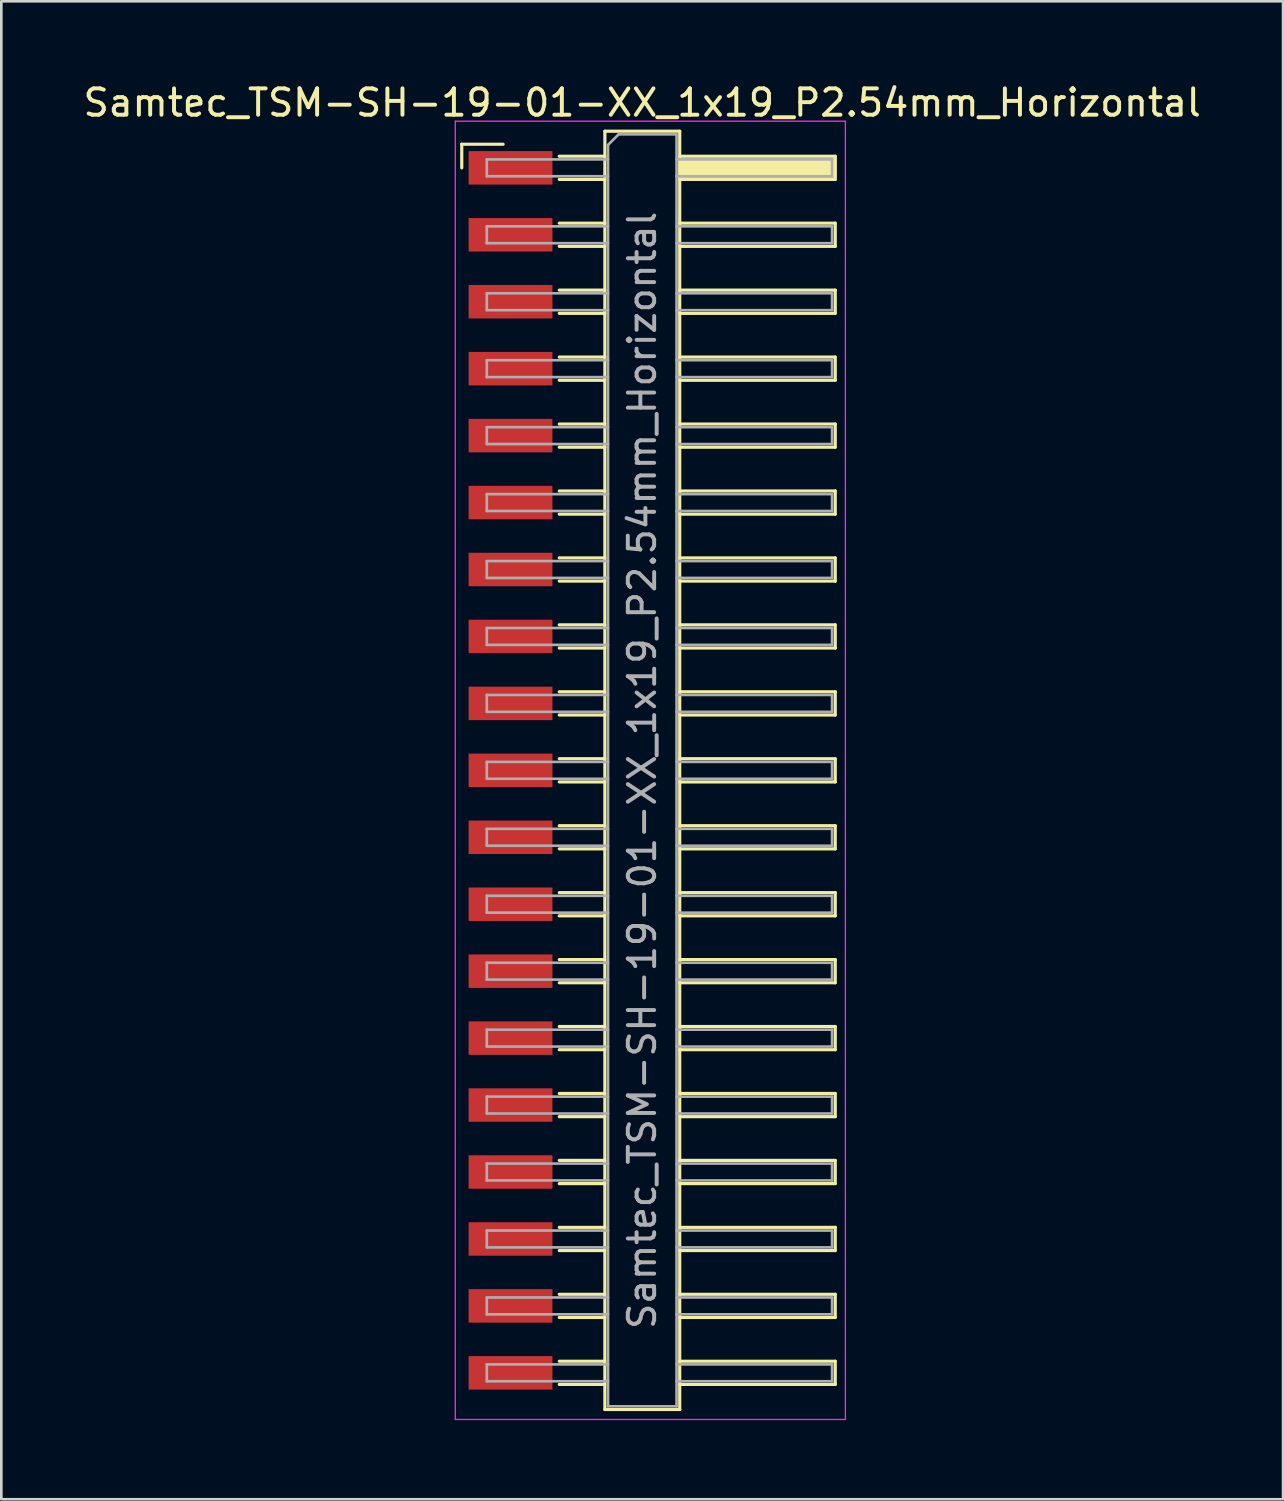
<source format=kicad_pcb>
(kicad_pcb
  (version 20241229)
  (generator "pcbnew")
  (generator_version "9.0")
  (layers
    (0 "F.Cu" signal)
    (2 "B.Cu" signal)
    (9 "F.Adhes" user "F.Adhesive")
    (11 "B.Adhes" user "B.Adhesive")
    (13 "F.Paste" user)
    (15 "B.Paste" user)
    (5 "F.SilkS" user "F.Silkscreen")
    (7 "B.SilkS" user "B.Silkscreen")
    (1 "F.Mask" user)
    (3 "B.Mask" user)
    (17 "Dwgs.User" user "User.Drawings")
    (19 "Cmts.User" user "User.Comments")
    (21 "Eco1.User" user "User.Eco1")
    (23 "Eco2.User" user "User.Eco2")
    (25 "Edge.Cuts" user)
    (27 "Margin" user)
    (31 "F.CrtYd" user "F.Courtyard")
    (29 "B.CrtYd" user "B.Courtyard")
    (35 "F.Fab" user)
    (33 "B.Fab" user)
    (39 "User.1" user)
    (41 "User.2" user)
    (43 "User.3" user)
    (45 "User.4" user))
  (footprint "Samtec_TSM-SH-19-01-XX_1x19_P2.54mm_Horizontal"
    (layer "F.Cu")
    (at 21.505 26.178)
    (property "Reference" "Samtec_TSM-SH-19-01-XX_1x19_P2.54mm_Horizontal" (at -0.19 -25.33 0) (layer "F.SilkS") (effects (font (size 1 1) (thickness 0.15))))
    (attr smd)
    (fp_line (start -7.035 -23.755) (end -5.465 -23.755) (stroke (width 0.12) (type solid)) (layer "F.SilkS"))
    (fp_line (start -7.035 -22.86) (end -7.035 -23.755) (stroke (width 0.12) (type solid)) (layer "F.SilkS"))
    (fp_line (start -3.335 -23.3) (end -1.605 -23.3) (stroke (width 0.12) (type solid)) (layer "F.SilkS"))
    (fp_line (start -3.335 -22.42) (end -1.605 -22.42) (stroke (width 0.12) (type solid)) (layer "F.SilkS"))
    (fp_line (start -3.335 -20.76) (end -1.605 -20.76) (stroke (width 0.12) (type solid)) (layer "F.SilkS"))
    (fp_line (start -3.335 -19.88) (end -1.605 -19.88) (stroke (width 0.12) (type solid)) (layer "F.SilkS"))
    (fp_line (start -3.335 -18.22) (end -1.605 -18.22) (stroke (width 0.12) (type solid)) (layer "F.SilkS"))
    (fp_line (start -3.335 -17.34) (end -1.605 -17.34) (stroke (width 0.12) (type solid)) (layer "F.SilkS"))
    (fp_line (start -3.335 -15.68) (end -1.605 -15.68) (stroke (width 0.12) (type solid)) (layer "F.SilkS"))
    (fp_line (start -3.335 -14.8) (end -1.605 -14.8) (stroke (width 0.12) (type solid)) (layer "F.SilkS"))
    (fp_line (start -3.335 -13.14) (end -1.605 -13.14) (stroke (width 0.12) (type solid)) (layer "F.SilkS"))
    (fp_line (start -3.335 -12.26) (end -1.605 -12.26) (stroke (width 0.12) (type solid)) (layer "F.SilkS"))
    (fp_line (start -3.335 -10.6) (end -1.605 -10.6) (stroke (width 0.12) (type solid)) (layer "F.SilkS"))
    (fp_line (start -3.335 -9.72) (end -1.605 -9.72) (stroke (width 0.12) (type solid)) (layer "F.SilkS"))
    (fp_line (start -3.335 -8.06) (end -1.605 -8.06) (stroke (width 0.12) (type solid)) (layer "F.SilkS"))
    (fp_line (start -3.335 -7.18) (end -1.605 -7.18) (stroke (width 0.12) (type solid)) (layer "F.SilkS"))
    (fp_line (start -3.335 -5.52) (end -1.605 -5.52) (stroke (width 0.12) (type solid)) (layer "F.SilkS"))
    (fp_line (start -3.335 -4.64) (end -1.605 -4.64) (stroke (width 0.12) (type solid)) (layer "F.SilkS"))
    (fp_line (start -3.335 -2.98) (end -1.605 -2.98) (stroke (width 0.12) (type solid)) (layer "F.SilkS"))
    (fp_line (start -3.335 -2.1) (end -1.605 -2.1) (stroke (width 0.12) (type solid)) (layer "F.SilkS"))
    (fp_line (start -3.335 -0.44) (end -1.605 -0.44) (stroke (width 0.12) (type solid)) (layer "F.SilkS"))
    (fp_line (start -3.335 0.44) (end -1.605 0.44) (stroke (width 0.12) (type solid)) (layer "F.SilkS"))
    (fp_line (start -3.335 2.1) (end -1.605 2.1) (stroke (width 0.12) (type solid)) (layer "F.SilkS"))
    (fp_line (start -3.335 2.98) (end -1.605 2.98) (stroke (width 0.12) (type solid)) (layer "F.SilkS"))
    (fp_line (start -3.335 4.64) (end -1.605 4.64) (stroke (width 0.12) (type solid)) (layer "F.SilkS"))
    (fp_line (start -3.335 5.52) (end -1.605 5.52) (stroke (width 0.12) (type solid)) (layer "F.SilkS"))
    (fp_line (start -3.335 7.18) (end -1.605 7.18) (stroke (width 0.12) (type solid)) (layer "F.SilkS"))
    (fp_line (start -3.335 8.06) (end -1.605 8.06) (stroke (width 0.12) (type solid)) (layer "F.SilkS"))
    (fp_line (start -3.335 9.72) (end -1.605 9.72) (stroke (width 0.12) (type solid)) (layer "F.SilkS"))
    (fp_line (start -3.335 10.6) (end -1.605 10.6) (stroke (width 0.12) (type solid)) (layer "F.SilkS"))
    (fp_line (start -3.335 12.26) (end -1.605 12.26) (stroke (width 0.12) (type solid)) (layer "F.SilkS"))
    (fp_line (start -3.335 13.14) (end -1.605 13.14) (stroke (width 0.12) (type solid)) (layer "F.SilkS"))
    (fp_line (start -3.335 14.8) (end -1.605 14.8) (stroke (width 0.12) (type solid)) (layer "F.SilkS"))
    (fp_line (start -3.335 15.68) (end -1.605 15.68) (stroke (width 0.12) (type solid)) (layer "F.SilkS"))
    (fp_line (start -3.335 17.34) (end -1.605 17.34) (stroke (width 0.12) (type solid)) (layer "F.SilkS"))
    (fp_line (start -3.335 18.22) (end -1.605 18.22) (stroke (width 0.12) (type solid)) (layer "F.SilkS"))
    (fp_line (start -3.335 19.88) (end -1.605 19.88) (stroke (width 0.12) (type solid)) (layer "F.SilkS"))
    (fp_line (start -3.335 20.76) (end -1.605 20.76) (stroke (width 0.12) (type solid)) (layer "F.SilkS"))
    (fp_line (start -3.335 22.42) (end -1.605 22.42) (stroke (width 0.12) (type solid)) (layer "F.SilkS"))
    (fp_line (start -3.335 23.3) (end -1.605 23.3) (stroke (width 0.12) (type solid)) (layer "F.SilkS"))
    (fp_line (start -1.605 -24.25) (end 1.235 -24.25) (stroke (width 0.12) (type solid)) (layer "F.SilkS"))
    (fp_line (start -1.605 24.25) (end -1.605 -24.25) (stroke (width 0.12) (type solid)) (layer "F.SilkS"))
    (fp_line (start 1.235 -24.25) (end 1.235 24.25) (stroke (width 0.12) (type solid)) (layer "F.SilkS"))
    (fp_line (start 1.235 -23.3) (end 7.135 -23.3) (stroke (width 0.12) (type solid)) (layer "F.SilkS"))
    (fp_line (start 1.235 -20.76) (end 7.135 -20.76) (stroke (width 0.12) (type solid)) (layer "F.SilkS"))
    (fp_line (start 1.235 -18.22) (end 7.135 -18.22) (stroke (width 0.12) (type solid)) (layer "F.SilkS"))
    (fp_line (start 1.235 -15.68) (end 7.135 -15.68) (stroke (width 0.12) (type solid)) (layer "F.SilkS"))
    (fp_line (start 1.235 -13.14) (end 7.135 -13.14) (stroke (width 0.12) (type solid)) (layer "F.SilkS"))
    (fp_line (start 1.235 -10.6) (end 7.135 -10.6) (stroke (width 0.12) (type solid)) (layer "F.SilkS"))
    (fp_line (start 1.235 -8.06) (end 7.135 -8.06) (stroke (width 0.12) (type solid)) (layer "F.SilkS"))
    (fp_line (start 1.235 -5.52) (end 7.135 -5.52) (stroke (width 0.12) (type solid)) (layer "F.SilkS"))
    (fp_line (start 1.235 -2.98) (end 7.135 -2.98) (stroke (width 0.12) (type solid)) (layer "F.SilkS"))
    (fp_line (start 1.235 -0.44) (end 7.135 -0.44) (stroke (width 0.12) (type solid)) (layer "F.SilkS"))
    (fp_line (start 1.235 2.1) (end 7.135 2.1) (stroke (width 0.12) (type solid)) (layer "F.SilkS"))
    (fp_line (start 1.235 4.64) (end 7.135 4.64) (stroke (width 0.12) (type solid)) (layer "F.SilkS"))
    (fp_line (start 1.235 7.18) (end 7.135 7.18) (stroke (width 0.12) (type solid)) (layer "F.SilkS"))
    (fp_line (start 1.235 9.72) (end 7.135 9.72) (stroke (width 0.12) (type solid)) (layer "F.SilkS"))
    (fp_line (start 1.235 12.26) (end 7.135 12.26) (stroke (width 0.12) (type solid)) (layer "F.SilkS"))
    (fp_line (start 1.235 14.8) (end 7.135 14.8) (stroke (width 0.12) (type solid)) (layer "F.SilkS"))
    (fp_line (start 1.235 17.34) (end 7.135 17.34) (stroke (width 0.12) (type solid)) (layer "F.SilkS"))
    (fp_line (start 1.235 19.88) (end 7.135 19.88) (stroke (width 0.12) (type solid)) (layer "F.SilkS"))
    (fp_line (start 1.235 22.42) (end 7.135 22.42) (stroke (width 0.12) (type solid)) (layer "F.SilkS"))
    (fp_line (start 1.235 24.25) (end -1.605 24.25) (stroke (width 0.12) (type solid)) (layer "F.SilkS"))
    (fp_line (start 7.135 -23.3) (end 7.135 -22.42) (stroke (width 0.12) (type solid)) (layer "F.SilkS"))
    (fp_line (start 7.135 -22.42) (end 1.235 -22.42) (stroke (width 0.12) (type solid)) (layer "F.SilkS"))
    (fp_line (start 7.135 -20.76) (end 7.135 -19.88) (stroke (width 0.12) (type solid)) (layer "F.SilkS"))
    (fp_line (start 7.135 -19.88) (end 1.235 -19.88) (stroke (width 0.12) (type solid)) (layer "F.SilkS"))
    (fp_line (start 7.135 -18.22) (end 7.135 -17.34) (stroke (width 0.12) (type solid)) (layer "F.SilkS"))
    (fp_line (start 7.135 -17.34) (end 1.235 -17.34) (stroke (width 0.12) (type solid)) (layer "F.SilkS"))
    (fp_line (start 7.135 -15.68) (end 7.135 -14.8) (stroke (width 0.12) (type solid)) (layer "F.SilkS"))
    (fp_line (start 7.135 -14.8) (end 1.235 -14.8) (stroke (width 0.12) (type solid)) (layer "F.SilkS"))
    (fp_line (start 7.135 -13.14) (end 7.135 -12.26) (stroke (width 0.12) (type solid)) (layer "F.SilkS"))
    (fp_line (start 7.135 -12.26) (end 1.235 -12.26) (stroke (width 0.12) (type solid)) (layer "F.SilkS"))
    (fp_line (start 7.135 -10.6) (end 7.135 -9.72) (stroke (width 0.12) (type solid)) (layer "F.SilkS"))
    (fp_line (start 7.135 -9.72) (end 1.235 -9.72) (stroke (width 0.12) (type solid)) (layer "F.SilkS"))
    (fp_line (start 7.135 -8.06) (end 7.135 -7.18) (stroke (width 0.12) (type solid)) (layer "F.SilkS"))
    (fp_line (start 7.135 -7.18) (end 1.235 -7.18) (stroke (width 0.12) (type solid)) (layer "F.SilkS"))
    (fp_line (start 7.135 -5.52) (end 7.135 -4.64) (stroke (width 0.12) (type solid)) (layer "F.SilkS"))
    (fp_line (start 7.135 -4.64) (end 1.235 -4.64) (stroke (width 0.12) (type solid)) (layer "F.SilkS"))
    (fp_line (start 7.135 -2.98) (end 7.135 -2.1) (stroke (width 0.12) (type solid)) (layer "F.SilkS"))
    (fp_line (start 7.135 -2.1) (end 1.235 -2.1) (stroke (width 0.12) (type solid)) (layer "F.SilkS"))
    (fp_line (start 7.135 -0.44) (end 7.135 0.44) (stroke (width 0.12) (type solid)) (layer "F.SilkS"))
    (fp_line (start 7.135 0.44) (end 1.235 0.44) (stroke (width 0.12) (type solid)) (layer "F.SilkS"))
    (fp_line (start 7.135 2.1) (end 7.135 2.98) (stroke (width 0.12) (type solid)) (layer "F.SilkS"))
    (fp_line (start 7.135 2.98) (end 1.235 2.98) (stroke (width 0.12) (type solid)) (layer "F.SilkS"))
    (fp_line (start 7.135 4.64) (end 7.135 5.52) (stroke (width 0.12) (type solid)) (layer "F.SilkS"))
    (fp_line (start 7.135 5.52) (end 1.235 5.52) (stroke (width 0.12) (type solid)) (layer "F.SilkS"))
    (fp_line (start 7.135 7.18) (end 7.135 8.06) (stroke (width 0.12) (type solid)) (layer "F.SilkS"))
    (fp_line (start 7.135 8.06) (end 1.235 8.06) (stroke (width 0.12) (type solid)) (layer "F.SilkS"))
    (fp_line (start 7.135 9.72) (end 7.135 10.6) (stroke (width 0.12) (type solid)) (layer "F.SilkS"))
    (fp_line (start 7.135 10.6) (end 1.235 10.6) (stroke (width 0.12) (type solid)) (layer "F.SilkS"))
    (fp_line (start 7.135 12.26) (end 7.135 13.14) (stroke (width 0.12) (type solid)) (layer "F.SilkS"))
    (fp_line (start 7.135 13.14) (end 1.235 13.14) (stroke (width 0.12) (type solid)) (layer "F.SilkS"))
    (fp_line (start 7.135 14.8) (end 7.135 15.68) (stroke (width 0.12) (type solid)) (layer "F.SilkS"))
    (fp_line (start 7.135 15.68) (end 1.235 15.68) (stroke (width 0.12) (type solid)) (layer "F.SilkS"))
    (fp_line (start 7.135 17.34) (end 7.135 18.22) (stroke (width 0.12) (type solid)) (layer "F.SilkS"))
    (fp_line (start 7.135 18.22) (end 1.235 18.22) (stroke (width 0.12) (type solid)) (layer "F.SilkS"))
    (fp_line (start 7.135 19.88) (end 7.135 20.76) (stroke (width 0.12) (type solid)) (layer "F.SilkS"))
    (fp_line (start 7.135 20.76) (end 1.235 20.76) (stroke (width 0.12) (type solid)) (layer "F.SilkS"))
    (fp_line (start 7.135 22.42) (end 7.135 23.3) (stroke (width 0.12) (type solid)) (layer "F.SilkS"))
    (fp_line (start 7.135 23.3) (end 1.235 23.3) (stroke (width 0.12) (type solid)) (layer "F.SilkS"))
    (fp_line (start -7.28 -24.63) (end 7.52 -24.63) (stroke (width 0.05) (type solid)) (layer "F.CrtYd"))
    (fp_line (start -7.28 24.63) (end -7.28 -24.63) (stroke (width 0.05) (type solid)) (layer "F.CrtYd"))
    (fp_line (start 7.52 -24.63) (end 7.52 24.63) (stroke (width 0.05) (type solid)) (layer "F.CrtYd"))
    (fp_line (start 7.52 24.63) (end -7.28 24.63) (stroke (width 0.05) (type solid)) (layer "F.CrtYd"))
    (fp_line (start -6.085 -23.18) (end -6.085 -22.54) (stroke (width 0.1) (type solid)) (layer "F.Fab"))
    (fp_line (start -6.085 -22.54) (end -1.485 -22.54) (stroke (width 0.1) (type solid)) (layer "F.Fab"))
    (fp_line (start -6.085 -20.64) (end -6.085 -20) (stroke (width 0.1) (type solid)) (layer "F.Fab"))
    (fp_line (start -6.085 -20) (end -1.485 -20) (stroke (width 0.1) (type solid)) (layer "F.Fab"))
    (fp_line (start -6.085 -18.1) (end -6.085 -17.46) (stroke (width 0.1) (type solid)) (layer "F.Fab"))
    (fp_line (start -6.085 -17.46) (end -1.485 -17.46) (stroke (width 0.1) (type solid)) (layer "F.Fab"))
    (fp_line (start -6.085 -15.56) (end -6.085 -14.92) (stroke (width 0.1) (type solid)) (layer "F.Fab"))
    (fp_line (start -6.085 -14.92) (end -1.485 -14.92) (stroke (width 0.1) (type solid)) (layer "F.Fab"))
    (fp_line (start -6.085 -13.02) (end -6.085 -12.38) (stroke (width 0.1) (type solid)) (layer "F.Fab"))
    (fp_line (start -6.085 -12.38) (end -1.485 -12.38) (stroke (width 0.1) (type solid)) (layer "F.Fab"))
    (fp_line (start -6.085 -10.48) (end -6.085 -9.84) (stroke (width 0.1) (type solid)) (layer "F.Fab"))
    (fp_line (start -6.085 -9.84) (end -1.485 -9.84) (stroke (width 0.1) (type solid)) (layer "F.Fab"))
    (fp_line (start -6.085 -7.94) (end -6.085 -7.3) (stroke (width 0.1) (type solid)) (layer "F.Fab"))
    (fp_line (start -6.085 -7.3) (end -1.485 -7.3) (stroke (width 0.1) (type solid)) (layer "F.Fab"))
    (fp_line (start -6.085 -5.4) (end -6.085 -4.76) (stroke (width 0.1) (type solid)) (layer "F.Fab"))
    (fp_line (start -6.085 -4.76) (end -1.485 -4.76) (stroke (width 0.1) (type solid)) (layer "F.Fab"))
    (fp_line (start -6.085 -2.86) (end -6.085 -2.22) (stroke (width 0.1) (type solid)) (layer "F.Fab"))
    (fp_line (start -6.085 -2.22) (end -1.485 -2.22) (stroke (width 0.1) (type solid)) (layer "F.Fab"))
    (fp_line (start -6.085 -0.32) (end -6.085 0.32) (stroke (width 0.1) (type solid)) (layer "F.Fab"))
    (fp_line (start -6.085 0.32) (end -1.485 0.32) (stroke (width 0.1) (type solid)) (layer "F.Fab"))
    (fp_line (start -6.085 2.22) (end -6.085 2.86) (stroke (width 0.1) (type solid)) (layer "F.Fab"))
    (fp_line (start -6.085 2.86) (end -1.485 2.86) (stroke (width 0.1) (type solid)) (layer "F.Fab"))
    (fp_line (start -6.085 4.76) (end -6.085 5.4) (stroke (width 0.1) (type solid)) (layer "F.Fab"))
    (fp_line (start -6.085 5.4) (end -1.485 5.4) (stroke (width 0.1) (type solid)) (layer "F.Fab"))
    (fp_line (start -6.085 7.3) (end -6.085 7.94) (stroke (width 0.1) (type solid)) (layer "F.Fab"))
    (fp_line (start -6.085 7.94) (end -1.485 7.94) (stroke (width 0.1) (type solid)) (layer "F.Fab"))
    (fp_line (start -6.085 9.84) (end -6.085 10.48) (stroke (width 0.1) (type solid)) (layer "F.Fab"))
    (fp_line (start -6.085 10.48) (end -1.485 10.48) (stroke (width 0.1) (type solid)) (layer "F.Fab"))
    (fp_line (start -6.085 12.38) (end -6.085 13.02) (stroke (width 0.1) (type solid)) (layer "F.Fab"))
    (fp_line (start -6.085 13.02) (end -1.485 13.02) (stroke (width 0.1) (type solid)) (layer "F.Fab"))
    (fp_line (start -6.085 14.92) (end -6.085 15.56) (stroke (width 0.1) (type solid)) (layer "F.Fab"))
    (fp_line (start -6.085 15.56) (end -1.485 15.56) (stroke (width 0.1) (type solid)) (layer "F.Fab"))
    (fp_line (start -6.085 17.46) (end -6.085 18.1) (stroke (width 0.1) (type solid)) (layer "F.Fab"))
    (fp_line (start -6.085 18.1) (end -1.485 18.1) (stroke (width 0.1) (type solid)) (layer "F.Fab"))
    (fp_line (start -6.085 20) (end -6.085 20.64) (stroke (width 0.1) (type solid)) (layer "F.Fab"))
    (fp_line (start -6.085 20.64) (end -1.485 20.64) (stroke (width 0.1) (type solid)) (layer "F.Fab"))
    (fp_line (start -6.085 22.54) (end -6.085 23.18) (stroke (width 0.1) (type solid)) (layer "F.Fab"))
    (fp_line (start -6.085 23.18) (end -1.485 23.18) (stroke (width 0.1) (type solid)) (layer "F.Fab"))
    (fp_line (start -1.485 -23.73) (end -1.085 -24.13) (stroke (width 0.1) (type solid)) (layer "F.Fab"))
    (fp_line (start -1.485 -23.18) (end -6.085 -23.18) (stroke (width 0.1) (type solid)) (layer "F.Fab"))
    (fp_line (start -1.485 -20.64) (end -6.085 -20.64) (stroke (width 0.1) (type solid)) (layer "F.Fab"))
    (fp_line (start -1.485 -18.1) (end -6.085 -18.1) (stroke (width 0.1) (type solid)) (layer "F.Fab"))
    (fp_line (start -1.485 -15.56) (end -6.085 -15.56) (stroke (width 0.1) (type solid)) (layer "F.Fab"))
    (fp_line (start -1.485 -13.02) (end -6.085 -13.02) (stroke (width 0.1) (type solid)) (layer "F.Fab"))
    (fp_line (start -1.485 -10.48) (end -6.085 -10.48) (stroke (width 0.1) (type solid)) (layer "F.Fab"))
    (fp_line (start -1.485 -7.94) (end -6.085 -7.94) (stroke (width 0.1) (type solid)) (layer "F.Fab"))
    (fp_line (start -1.485 -5.4) (end -6.085 -5.4) (stroke (width 0.1) (type solid)) (layer "F.Fab"))
    (fp_line (start -1.485 -2.86) (end -6.085 -2.86) (stroke (width 0.1) (type solid)) (layer "F.Fab"))
    (fp_line (start -1.485 -0.32) (end -6.085 -0.32) (stroke (width 0.1) (type solid)) (layer "F.Fab"))
    (fp_line (start -1.485 2.22) (end -6.085 2.22) (stroke (width 0.1) (type solid)) (layer "F.Fab"))
    (fp_line (start -1.485 4.76) (end -6.085 4.76) (stroke (width 0.1) (type solid)) (layer "F.Fab"))
    (fp_line (start -1.485 7.3) (end -6.085 7.3) (stroke (width 0.1) (type solid)) (layer "F.Fab"))
    (fp_line (start -1.485 9.84) (end -6.085 9.84) (stroke (width 0.1) (type solid)) (layer "F.Fab"))
    (fp_line (start -1.485 12.38) (end -6.085 12.38) (stroke (width 0.1) (type solid)) (layer "F.Fab"))
    (fp_line (start -1.485 14.92) (end -6.085 14.92) (stroke (width 0.1) (type solid)) (layer "F.Fab"))
    (fp_line (start -1.485 17.46) (end -6.085 17.46) (stroke (width 0.1) (type solid)) (layer "F.Fab"))
    (fp_line (start -1.485 20) (end -6.085 20) (stroke (width 0.1) (type solid)) (layer "F.Fab"))
    (fp_line (start -1.485 22.54) (end -6.085 22.54) (stroke (width 0.1) (type solid)) (layer "F.Fab"))
    (fp_line (start -1.485 24.13) (end -1.485 -23.73) (stroke (width 0.1) (type solid)) (layer "F.Fab"))
    (fp_line (start -1.085 -24.13) (end 1.115 -24.13) (stroke (width 0.1) (type solid)) (layer "F.Fab"))
    (fp_line (start 1.115 -24.13) (end 1.115 24.13) (stroke (width 0.1) (type solid)) (layer "F.Fab"))
    (fp_line (start 1.115 -23.18) (end 7.015 -23.18) (stroke (width 0.1) (type solid)) (layer "F.Fab"))
    (fp_line (start 1.115 -20.64) (end 7.015 -20.64) (stroke (width 0.1) (type solid)) (layer "F.Fab"))
    (fp_line (start 1.115 -18.1) (end 7.015 -18.1) (stroke (width 0.1) (type solid)) (layer "F.Fab"))
    (fp_line (start 1.115 -15.56) (end 7.015 -15.56) (stroke (width 0.1) (type solid)) (layer "F.Fab"))
    (fp_line (start 1.115 -13.02) (end 7.015 -13.02) (stroke (width 0.1) (type solid)) (layer "F.Fab"))
    (fp_line (start 1.115 -10.48) (end 7.015 -10.48) (stroke (width 0.1) (type solid)) (layer "F.Fab"))
    (fp_line (start 1.115 -7.94) (end 7.015 -7.94) (stroke (width 0.1) (type solid)) (layer "F.Fab"))
    (fp_line (start 1.115 -5.4) (end 7.015 -5.4) (stroke (width 0.1) (type solid)) (layer "F.Fab"))
    (fp_line (start 1.115 -2.86) (end 7.015 -2.86) (stroke (width 0.1) (type solid)) (layer "F.Fab"))
    (fp_line (start 1.115 -0.32) (end 7.015 -0.32) (stroke (width 0.1) (type solid)) (layer "F.Fab"))
    (fp_line (start 1.115 2.22) (end 7.015 2.22) (stroke (width 0.1) (type solid)) (layer "F.Fab"))
    (fp_line (start 1.115 4.76) (end 7.015 4.76) (stroke (width 0.1) (type solid)) (layer "F.Fab"))
    (fp_line (start 1.115 7.3) (end 7.015 7.3) (stroke (width 0.1) (type solid)) (layer "F.Fab"))
    (fp_line (start 1.115 9.84) (end 7.015 9.84) (stroke (width 0.1) (type solid)) (layer "F.Fab"))
    (fp_line (start 1.115 12.38) (end 7.015 12.38) (stroke (width 0.1) (type solid)) (layer "F.Fab"))
    (fp_line (start 1.115 14.92) (end 7.015 14.92) (stroke (width 0.1) (type solid)) (layer "F.Fab"))
    (fp_line (start 1.115 17.46) (end 7.015 17.46) (stroke (width 0.1) (type solid)) (layer "F.Fab"))
    (fp_line (start 1.115 20) (end 7.015 20) (stroke (width 0.1) (type solid)) (layer "F.Fab"))
    (fp_line (start 1.115 22.54) (end 7.015 22.54) (stroke (width 0.1) (type solid)) (layer "F.Fab"))
    (fp_line (start 1.115 24.13) (end -1.485 24.13) (stroke (width 0.1) (type solid)) (layer "F.Fab"))
    (fp_line (start 7.015 -23.18) (end 7.015 -22.54) (stroke (width 0.1) (type solid)) (layer "F.Fab"))
    (fp_line (start 7.015 -22.54) (end 1.115 -22.54) (stroke (width 0.1) (type solid)) (layer "F.Fab"))
    (fp_line (start 7.015 -20.64) (end 7.015 -20) (stroke (width 0.1) (type solid)) (layer "F.Fab"))
    (fp_line (start 7.015 -20) (end 1.115 -20) (stroke (width 0.1) (type solid)) (layer "F.Fab"))
    (fp_line (start 7.015 -18.1) (end 7.015 -17.46) (stroke (width 0.1) (type solid)) (layer "F.Fab"))
    (fp_line (start 7.015 -17.46) (end 1.115 -17.46) (stroke (width 0.1) (type solid)) (layer "F.Fab"))
    (fp_line (start 7.015 -15.56) (end 7.015 -14.92) (stroke (width 0.1) (type solid)) (layer "F.Fab"))
    (fp_line (start 7.015 -14.92) (end 1.115 -14.92) (stroke (width 0.1) (type solid)) (layer "F.Fab"))
    (fp_line (start 7.015 -13.02) (end 7.015 -12.38) (stroke (width 0.1) (type solid)) (layer "F.Fab"))
    (fp_line (start 7.015 -12.38) (end 1.115 -12.38) (stroke (width 0.1) (type solid)) (layer "F.Fab"))
    (fp_line (start 7.015 -10.48) (end 7.015 -9.84) (stroke (width 0.1) (type solid)) (layer "F.Fab"))
    (fp_line (start 7.015 -9.84) (end 1.115 -9.84) (stroke (width 0.1) (type solid)) (layer "F.Fab"))
    (fp_line (start 7.015 -7.94) (end 7.015 -7.3) (stroke (width 0.1) (type solid)) (layer "F.Fab"))
    (fp_line (start 7.015 -7.3) (end 1.115 -7.3) (stroke (width 0.1) (type solid)) (layer "F.Fab"))
    (fp_line (start 7.015 -5.4) (end 7.015 -4.76) (stroke (width 0.1) (type solid)) (layer "F.Fab"))
    (fp_line (start 7.015 -4.76) (end 1.115 -4.76) (stroke (width 0.1) (type solid)) (layer "F.Fab"))
    (fp_line (start 7.015 -2.86) (end 7.015 -2.22) (stroke (width 0.1) (type solid)) (layer "F.Fab"))
    (fp_line (start 7.015 -2.22) (end 1.115 -2.22) (stroke (width 0.1) (type solid)) (layer "F.Fab"))
    (fp_line (start 7.015 -0.32) (end 7.015 0.32) (stroke (width 0.1) (type solid)) (layer "F.Fab"))
    (fp_line (start 7.015 0.32) (end 1.115 0.32) (stroke (width 0.1) (type solid)) (layer "F.Fab"))
    (fp_line (start 7.015 2.22) (end 7.015 2.86) (stroke (width 0.1) (type solid)) (layer "F.Fab"))
    (fp_line (start 7.015 2.86) (end 1.115 2.86) (stroke (width 0.1) (type solid)) (layer "F.Fab"))
    (fp_line (start 7.015 4.76) (end 7.015 5.4) (stroke (width 0.1) (type solid)) (layer "F.Fab"))
    (fp_line (start 7.015 5.4) (end 1.115 5.4) (stroke (width 0.1) (type solid)) (layer "F.Fab"))
    (fp_line (start 7.015 7.3) (end 7.015 7.94) (stroke (width 0.1) (type solid)) (layer "F.Fab"))
    (fp_line (start 7.015 7.94) (end 1.115 7.94) (stroke (width 0.1) (type solid)) (layer "F.Fab"))
    (fp_line (start 7.015 9.84) (end 7.015 10.48) (stroke (width 0.1) (type solid)) (layer "F.Fab"))
    (fp_line (start 7.015 10.48) (end 1.115 10.48) (stroke (width 0.1) (type solid)) (layer "F.Fab"))
    (fp_line (start 7.015 12.38) (end 7.015 13.02) (stroke (width 0.1) (type solid)) (layer "F.Fab"))
    (fp_line (start 7.015 13.02) (end 1.115 13.02) (stroke (width 0.1) (type solid)) (layer "F.Fab"))
    (fp_line (start 7.015 14.92) (end 7.015 15.56) (stroke (width 0.1) (type solid)) (layer "F.Fab"))
    (fp_line (start 7.015 15.56) (end 1.115 15.56) (stroke (width 0.1) (type solid)) (layer "F.Fab"))
    (fp_line (start 7.015 17.46) (end 7.015 18.1) (stroke (width 0.1) (type solid)) (layer "F.Fab"))
    (fp_line (start 7.015 18.1) (end 1.115 18.1) (stroke (width 0.1) (type solid)) (layer "F.Fab"))
    (fp_line (start 7.015 20) (end 7.015 20.64) (stroke (width 0.1) (type solid)) (layer "F.Fab"))
    (fp_line (start 7.015 20.64) (end 1.115 20.64) (stroke (width 0.1) (type solid)) (layer "F.Fab"))
    (fp_line (start 7.015 22.54) (end 7.015 23.18) (stroke (width 0.1) (type solid)) (layer "F.Fab"))
    (fp_line (start 7.015 23.18) (end 1.115 23.18) (stroke (width 0.1) (type solid)) (layer "F.Fab"))
    (fp_text user "${REFERENCE}" (at -0.19 0 90) (layer "F.Fab") (effects (font (size 1 1) (thickness 0.15))))
    (pad "" smd rect (at 4.185 -22.86) (size 6 0.76) (layers "F.SilkS"))
    (pad "1" smd rect (at -5.185 -22.86) (size 3.18 1.27) (layers "F.Cu" "F.Mask" "F.Paste"))
    (pad "2" smd rect (at -5.185 -20.32) (size 3.18 1.27) (layers "F.Cu" "F.Mask" "F.Paste"))
    (pad "3" smd rect (at -5.185 -17.78) (size 3.18 1.27) (layers "F.Cu" "F.Mask" "F.Paste"))
    (pad "4" smd rect (at -5.185 -15.24) (size 3.18 1.27) (layers "F.Cu" "F.Mask" "F.Paste"))
    (pad "5" smd rect (at -5.185 -12.7) (size 3.18 1.27) (layers "F.Cu" "F.Mask" "F.Paste"))
    (pad "6" smd rect (at -5.185 -10.16) (size 3.18 1.27) (layers "F.Cu" "F.Mask" "F.Paste"))
    (pad "7" smd rect (at -5.185 -7.62) (size 3.18 1.27) (layers "F.Cu" "F.Mask" "F.Paste"))
    (pad "8" smd rect (at -5.185 -5.08) (size 3.18 1.27) (layers "F.Cu" "F.Mask" "F.Paste"))
    (pad "9" smd rect (at -5.185 -2.54) (size 3.18 1.27) (layers "F.Cu" "F.Mask" "F.Paste"))
    (pad "10" smd rect (at -5.185 0) (size 3.18 1.27) (layers "F.Cu" "F.Mask" "F.Paste"))
    (pad "11" smd rect (at -5.185 2.54) (size 3.18 1.27) (layers "F.Cu" "F.Mask" "F.Paste"))
    (pad "12" smd rect (at -5.185 5.08) (size 3.18 1.27) (layers "F.Cu" "F.Mask" "F.Paste"))
    (pad "13" smd rect (at -5.185 7.62) (size 3.18 1.27) (layers "F.Cu" "F.Mask" "F.Paste"))
    (pad "14" smd rect (at -5.185 10.16) (size 3.18 1.27) (layers "F.Cu" "F.Mask" "F.Paste"))
    (pad "15" smd rect (at -5.185 12.7) (size 3.18 1.27) (layers "F.Cu" "F.Mask" "F.Paste"))
    (pad "16" smd rect (at -5.185 15.24) (size 3.18 1.27) (layers "F.Cu" "F.Mask" "F.Paste"))
    (pad "17" smd rect (at -5.185 17.78) (size 3.18 1.27) (layers "F.Cu" "F.Mask" "F.Paste"))
    (pad "18" smd rect (at -5.185 20.32) (size 3.18 1.27) (layers "F.Cu" "F.Mask" "F.Paste"))
    (pad "19" smd rect (at -5.185 22.86) (size 3.18 1.27) (layers "F.Cu" "F.Mask" "F.Paste")))
  (gr_rect
    (start -3 -3)
    (end 45.631 53.833)
    (stroke (width 0.1) (type default))
    (fill no)
    (layer "Edge.Cuts")))
</source>
